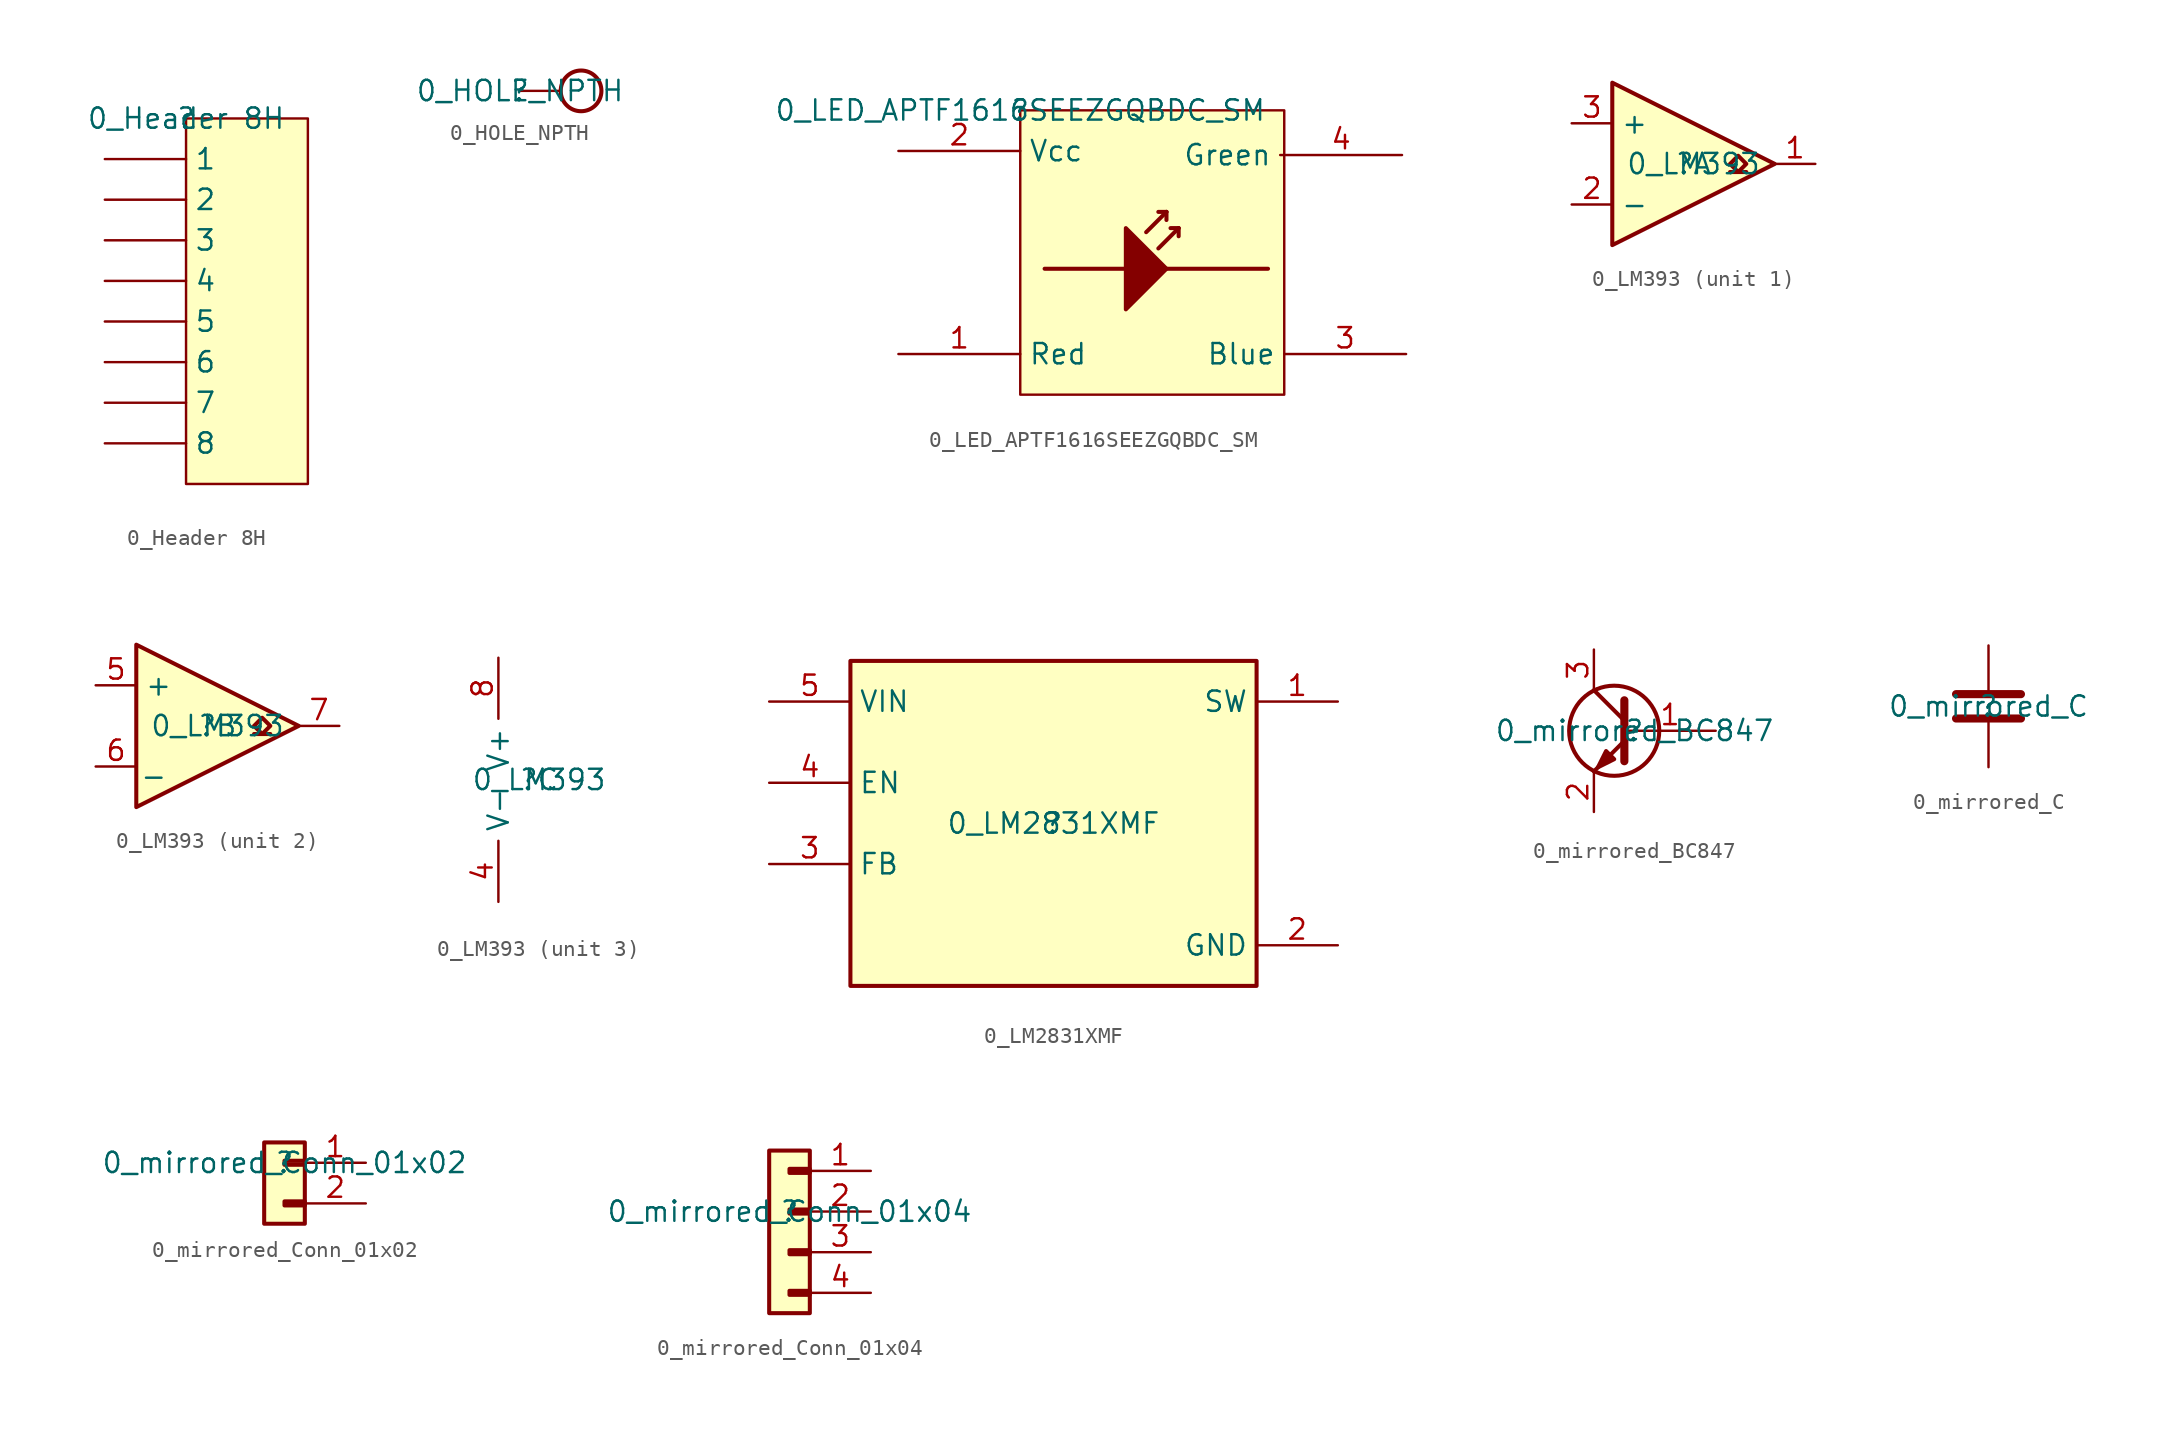
<source format=kicad_sym>
(kicad_symbol_lib
  (version 20211014)
  (generator kicad_symbol_editor)
  (symbol "0_Header 8H"
    (property "Reference" ""
      (at 0 0 0)
      (effects (font (size 1.27 1.27))))
    (property "Value" "0_Header 8H"
      (at 0 0 0)
      (effects (font (size 1.27 1.27))))
    (symbol "0_Header 8H_1_0"
      (rectangle (start 7.62 0) (end 0 -22.86) (stroke (width 0) (type default) (color 0 0 0 0)) (fill (type background)))
      (pin passive line (at -5.08 -2.54 0) (length 5.08) (name "1" (effects (font (size 1.27 1.27)))) (number "1" (effects (font (size 0 0)))))
      (pin passive line (at -5.08 -5.08 0) (length 5.08) (name "2" (effects (font (size 1.27 1.27)))) (number "2" (effects (font (size 0 0)))))
      (pin passive line (at -5.08 -7.62 0) (length 5.08) (name "3" (effects (font (size 1.27 1.27)))) (number "3" (effects (font (size 0 0)))))
      (pin passive line (at -5.08 -10.16 0) (length 5.08) (name "4" (effects (font (size 1.27 1.27)))) (number "4" (effects (font (size 0 0)))))
      (pin passive line (at -5.08 -12.7 0) (length 5.08) (name "5" (effects (font (size 1.27 1.27)))) (number "5" (effects (font (size 0 0)))))
      (pin passive line (at -5.08 -15.24 0) (length 5.08) (name "6" (effects (font (size 1.27 1.27)))) (number "6" (effects (font (size 0 0)))))
      (pin passive line (at -5.08 -17.78 0) (length 5.08) (name "7" (effects (font (size 1.27 1.27)))) (number "7" (effects (font (size 0 0)))))
      (pin passive line (at -5.08 -20.32 0) (length 5.08) (name "8" (effects (font (size 1.27 1.27)))) (number "8" (effects (font (size 0 0)))))))
  (symbol "0_HOLE_NPTH"
    (property "Reference" ""
      (at 0 0 0)
      (effects (font (size 1.27 1.27))))
    (property "Value" "0_HOLE_NPTH"
      (at 0 0 0)
      (effects (font (size 1.27 1.27))))
    (symbol "0_HOLE_NPTH_1_0"
      (circle (center 3.81 0) (radius 1.27) (stroke (width 0.254) (type default) (color 0 0 0 0)) (fill (type none)))
      (pin passive line (at 0 0 0) (length 2.54) (name "1" (effects (font (size 0 0)))) (number "1" (effects (font (size 0 0)))))))
  (symbol "0_LED_APTF1616SEEZGQBDC_SM"
    (property "Reference" ""
      (at 0 0 0)
      (effects (font (size 1.27 1.27))))
    (property "Value" "0_LED_APTF1616SEEZGQBDC_SM"
      (at 0 0 0)
      (effects (font (size 1.27 1.27))))
    (symbol "0_LED_APTF1616SEEZGQBDC_SM_1_0"
      (polyline (pts (xy 7.874 -7.62) (xy 9.144 -6.35)) (stroke (width 0.254) (type default) (color 0 0 0 0)) (fill (type none)))
      (polyline (pts (xy 8.636 -8.636) (xy 9.906 -7.366)) (stroke (width 0.254) (type default) (color 0 0 0 0)) (fill (type none)))
      (polyline (pts (xy 9.144 -6.35) (xy 8.636 -6.35)) (stroke (width 0.254) (type default) (color 0 0 0 0)) (fill (type none)))
      (polyline (pts (xy 9.144 -6.35) (xy 9.144 -6.858)) (stroke (width 0.254) (type default) (color 0 0 0 0)) (fill (type none)))
      (polyline (pts (xy 9.906 -7.366) (xy 9.398 -7.366)) (stroke (width 0.254) (type default) (color 0 0 0 0)) (fill (type none)))
      (polyline (pts (xy 9.906 -7.366) (xy 9.906 -7.874)) (stroke (width 0.254) (type default) (color 0 0 0 0)) (fill (type none)))
      (polyline (pts (xy 6.604 -9.906) (xy 1.524 -9.906) (xy 6.604 -9.906)) (stroke (width 0.254) (type default) (color 0 0 0 0)) (fill (type outline)))
      (polyline (pts (xy 9.144 -9.906) (xy 15.494 -9.906) (xy 9.144 -9.906)) (stroke (width 0.254) (type default) (color 0 0 0 0)) (fill (type outline)))
      (polyline (pts (xy 9.144 -9.906) (xy 6.604 -7.366) (xy 6.604 -12.446) (xy 9.144 -9.906)) (stroke (width 0.254) (type default) (color 0 0 0 0)) (fill (type outline)))
      (rectangle (start 16.51 0) (end 0 -17.78) (stroke (width 0) (type default) (color 0 0 0 0)) (fill (type background)))
      (pin passive line (at -7.62 -15.24 0) (length 7.62) (name "Red" (effects (font (size 1.27 1.27)))) (number "1" (effects (font (size 1.27 1.27)))))
      (pin passive line (at -7.62 -2.54 0) (length 7.62) (name "Vcc" (effects (font (size 1.27 1.27)))) (number "2" (effects (font (size 1.27 1.27)))))
      (pin passive line (at 24.13 -15.24 180) (length 7.62) (name "Blue" (effects (font (size 1.27 1.27)))) (number "3" (effects (font (size 1.27 1.27)))))
      (pin passive line (at 23.876 -2.794 180) (length 7.62) (name "Green" (effects (font (size 1.27 1.27)))) (number "4" (effects (font (size 1.27 1.27)))))))
  (symbol "0_LM393"
    (property "Reference" ""
      (at 0 0 0)
      (effects (font (size 1.27 1.27))))
    (property "Value" "0_LM393"
      (at 0 0 0)
      (effects (font (size 1.27 1.27))))
    (symbol "0_LM393_1_0"
      (polyline (pts (xy -5.08 5.08) (xy 5.08 0) (xy -5.08 -5.08) (xy -5.08 5.08) (xy -5.08 5.08)) (stroke (width 0.254) (type default) (color 0 0 0 0)) (fill (type background)))
      (polyline (pts (xy 3.302 -0.508) (xy 2.794 -0.508) (xy 3.302 0) (xy 2.794 0.508) (xy 2.286 0) (xy 2.794 -0.508) (xy 2.286 -0.508)) (stroke (width 0.254) (type default) (color 0 0 0 0)) (fill (type none)))
      (pin passive line (at 7.62 0 180) (length 2.54) (name "1" (effects (font (size 0 0)))) (number "1" (effects (font (size 1.27 1.27)))))
      (pin passive line (at -7.62 -2.54 0) (length 2.54) (name "-" (effects (font (size 1.27 1.27)))) (number "2" (effects (font (size 1.27 1.27)))))
      (pin passive line (at -7.62 2.54 0) (length 2.54) (name "+" (effects (font (size 1.27 1.27)))) (number "3" (effects (font (size 1.27 1.27))))))
    (symbol "0_LM393_2_0"
      (polyline (pts (xy -5.08 5.08) (xy 5.08 0) (xy -5.08 -5.08) (xy -5.08 5.08) (xy -5.08 5.08)) (stroke (width 0.254) (type default) (color 0 0 0 0)) (fill (type background)))
      (polyline (pts (xy 3.302 -0.508) (xy 2.794 -0.508) (xy 3.302 0) (xy 2.794 0.508) (xy 2.286 0) (xy 2.794 -0.508) (xy 2.286 -0.508)) (stroke (width 0.254) (type default) (color 0 0 0 0)) (fill (type none)))
      (pin passive line (at -7.62 2.54 0) (length 2.54) (name "+" (effects (font (size 1.27 1.27)))) (number "5" (effects (font (size 1.27 1.27)))))
      (pin passive line (at -7.62 -2.54 0) (length 2.54) (name "_" (effects (font (size 1.27 1.27)))) (number "6" (effects (font (size 1.27 1.27)))))
      (pin passive line (at 7.62 0 180) (length 2.54) (name "7" (effects (font (size 0 0)))) (number "7" (effects (font (size 1.27 1.27))))))
    (symbol "0_LM393_3_0"
      (pin passive line (at -2.54 -7.62 90) (length 3.81) (name "V-" (effects (font (size 1.27 1.27)))) (number "4" (effects (font (size 1.27 1.27)))))
      (pin passive line (at -2.54 7.62 270) (length 3.81) (name "V+" (effects (font (size 1.27 1.27)))) (number "8" (effects (font (size 1.27 1.27)))))))
  (symbol "0_LM2831XMF"
    (property "Reference" ""
      (at 0 0 0)
      (effects (font (size 1.27 1.27))))
    (property "Value" "0_LM2831XMF"
      (at 0 0 0)
      (effects (font (size 1.27 1.27))))
    (symbol "0_LM2831XMF_1_0"
      (rectangle (start 12.7 10.16) (end -12.7 -10.16) (stroke (width 0.254) (type default) (color 0 0 0 0)) (fill (type background)))
      (pin passive line (at 17.78 7.62 180) (length 5.08) (name "SW" (effects (font (size 1.27 1.27)))) (number "1" (effects (font (size 1.27 1.27)))))
      (pin passive line (at 17.78 -7.62 180) (length 5.08) (name "GND" (effects (font (size 1.27 1.27)))) (number "2" (effects (font (size 1.27 1.27)))))
      (pin passive line (at -17.78 -2.54 0) (length 5.08) (name "FB" (effects (font (size 1.27 1.27)))) (number "3" (effects (font (size 1.27 1.27)))))
      (pin passive line (at -17.78 2.54 0) (length 5.08) (name "EN" (effects (font (size 1.27 1.27)))) (number "4" (effects (font (size 1.27 1.27)))))
      (pin passive line (at -17.78 7.62 0) (length 5.08) (name "VIN" (effects (font (size 1.27 1.27)))) (number "5" (effects (font (size 1.27 1.27)))))))
  (symbol "0_mirrored_BC847"
    (property "Reference" ""
      (at 0 0 0)
      (effects (font (size 1.27 1.27))))
    (property "Value" "0_mirrored_BC847"
      (at 0 0 0)
      (effects (font (size 1.27 1.27))))
    (symbol "0_mirrored_BC847_1_0"
      (circle (center -1.27 0) (radius 2.819) (stroke (width 0.254) (type default) (color 0 0 0 0)) (fill (type none)))
      (polyline (pts (xy -0.635 0.635) (xy -2.54 2.54)) (stroke (width 0.254) (type default) (color 0 0 0 0)) (fill (type none)))
      (polyline (pts (xy -0.635 -0.635) (xy -2.54 -2.54) (xy -2.54 -2.54)) (stroke (width 0.254) (type default) (color 0 0 0 0)) (fill (type none)))
      (polyline (pts (xy -0.635 1.905) (xy -0.635 -1.905) (xy -0.635 -1.905)) (stroke (width 0.508) (type default) (color 0 0 0 0)) (fill (type none)))
      (polyline (pts (xy -1.27 -1.778) (xy -1.778 -1.27) (xy -2.286 -2.286) (xy -1.27 -1.778) (xy -1.27 -1.778) (xy -1.27 -1.778)) (stroke (width 0.254) (type default) (color 0 0 0 0)) (fill (type outline)))
      (pin passive line (at 5.08 0 180) (length 5.715) (name "B" (effects (font (size 0 0)))) (number "1" (effects (font (size 1.27 1.27)))))
      (pin passive line (at -2.54 -5.08 90) (length 2.54) (name "E" (effects (font (size 0 0)))) (number "2" (effects (font (size 1.27 1.27)))))
      (pin passive line (at -2.54 5.08 270) (length 2.54) (name "C" (effects (font (size 0 0)))) (number "3" (effects (font (size 1.27 1.27)))))))
  (symbol "0_mirrored_C"
    (property "Reference" ""
      (at 0 0 0)
      (effects (font (size 1.27 1.27))))
    (property "Value" "0_mirrored_C"
      (at 0 0 0)
      (effects (font (size 1.27 1.27))))
    (symbol "0_mirrored_C_1_0"
      (polyline (pts (xy 2.032 -0.762) (xy -2.032 -0.762)) (stroke (width 0.508) (type default) (color 0 0 0 0)) (fill (type none)))
      (polyline (pts (xy 2.032 0.762) (xy -2.032 0.762)) (stroke (width 0.508) (type default) (color 0 0 0 0)) (fill (type none)))
      (pin passive line (at 0 3.81 270) (length 2.794) (name "1" (effects (font (size 0 0)))) (number "1" (effects (font (size 0 0)))))
      (pin passive line (at 0 -3.81 90) (length 2.794) (name "2" (effects (font (size 0 0)))) (number "2" (effects (font (size 0 0)))))))
  (symbol "0_mirrored_Conn_01x02"
    (property "Reference" ""
      (at 0 0 0)
      (effects (font (size 1.27 1.27))))
    (property "Value" "0_mirrored_Conn_01x02"
      (at 0 0 0)
      (effects (font (size 1.27 1.27))))
    (symbol "0_mirrored_Conn_01x02_1_0"
      (rectangle (start 1.27 -2.413) (end 0 -2.667) (stroke (width 0.254) (type default) (color 0 0 0 0)) (fill (type none)))
      (rectangle (start 1.27 0.127) (end 0 -0.127) (stroke (width 0.254) (type default) (color 0 0 0 0)) (fill (type none)))
      (rectangle (start 1.27 1.27) (end -1.27 -3.81) (stroke (width 0.254) (type default) (color 0 0 0 0)) (fill (type background)))
      (pin passive line (at 5.08 0 180) (length 3.81) (name "Pin_1" (effects (font (size 0 0)))) (number "1" (effects (font (size 1.27 1.27)))))
      (pin passive line (at 5.08 -2.54 180) (length 3.81) (name "Pin_2" (effects (font (size 0 0)))) (number "2" (effects (font (size 1.27 1.27)))))))
  (symbol "0_mirrored_Conn_01x04"
    (property "Reference" ""
      (at 0 0 0)
      (effects (font (size 1.27 1.27))))
    (property "Value" "0_mirrored_Conn_01x04"
      (at 0 0 0)
      (effects (font (size 1.27 1.27))))
    (symbol "0_mirrored_Conn_01x04_1_0"
      (rectangle (start 1.27 -4.953) (end 0 -5.207) (stroke (width 0.254) (type default) (color 0 0 0 0)) (fill (type none)))
      (rectangle (start 1.27 -2.413) (end 0 -2.667) (stroke (width 0.254) (type default) (color 0 0 0 0)) (fill (type none)))
      (rectangle (start 1.27 0.127) (end 0 -0.127) (stroke (width 0.254) (type default) (color 0 0 0 0)) (fill (type none)))
      (rectangle (start 1.27 2.667) (end 0 2.413) (stroke (width 0.254) (type default) (color 0 0 0 0)) (fill (type none)))
      (rectangle (start 1.27 3.81) (end -1.27 -6.35) (stroke (width 0.254) (type default) (color 0 0 0 0)) (fill (type background)))
      (pin passive line (at 5.08 2.54 180) (length 3.81) (name "Pin_1" (effects (font (size 0 0)))) (number "1" (effects (font (size 1.27 1.27)))))
      (pin passive line (at 5.08 0 180) (length 3.81) (name "Pin_2" (effects (font (size 0 0)))) (number "2" (effects (font (size 1.27 1.27)))))
      (pin passive line (at 5.08 -2.54 180) (length 3.81) (name "Pin_3" (effects (font (size 0 0)))) (number "3" (effects (font (size 1.27 1.27)))))
      (pin passive line (at 5.08 -5.08 180) (length 3.81) (name "Pin_4" (effects (font (size 0 0)))) (number "4" (effects (font (size 1.27 1.27))))))))
</source>
